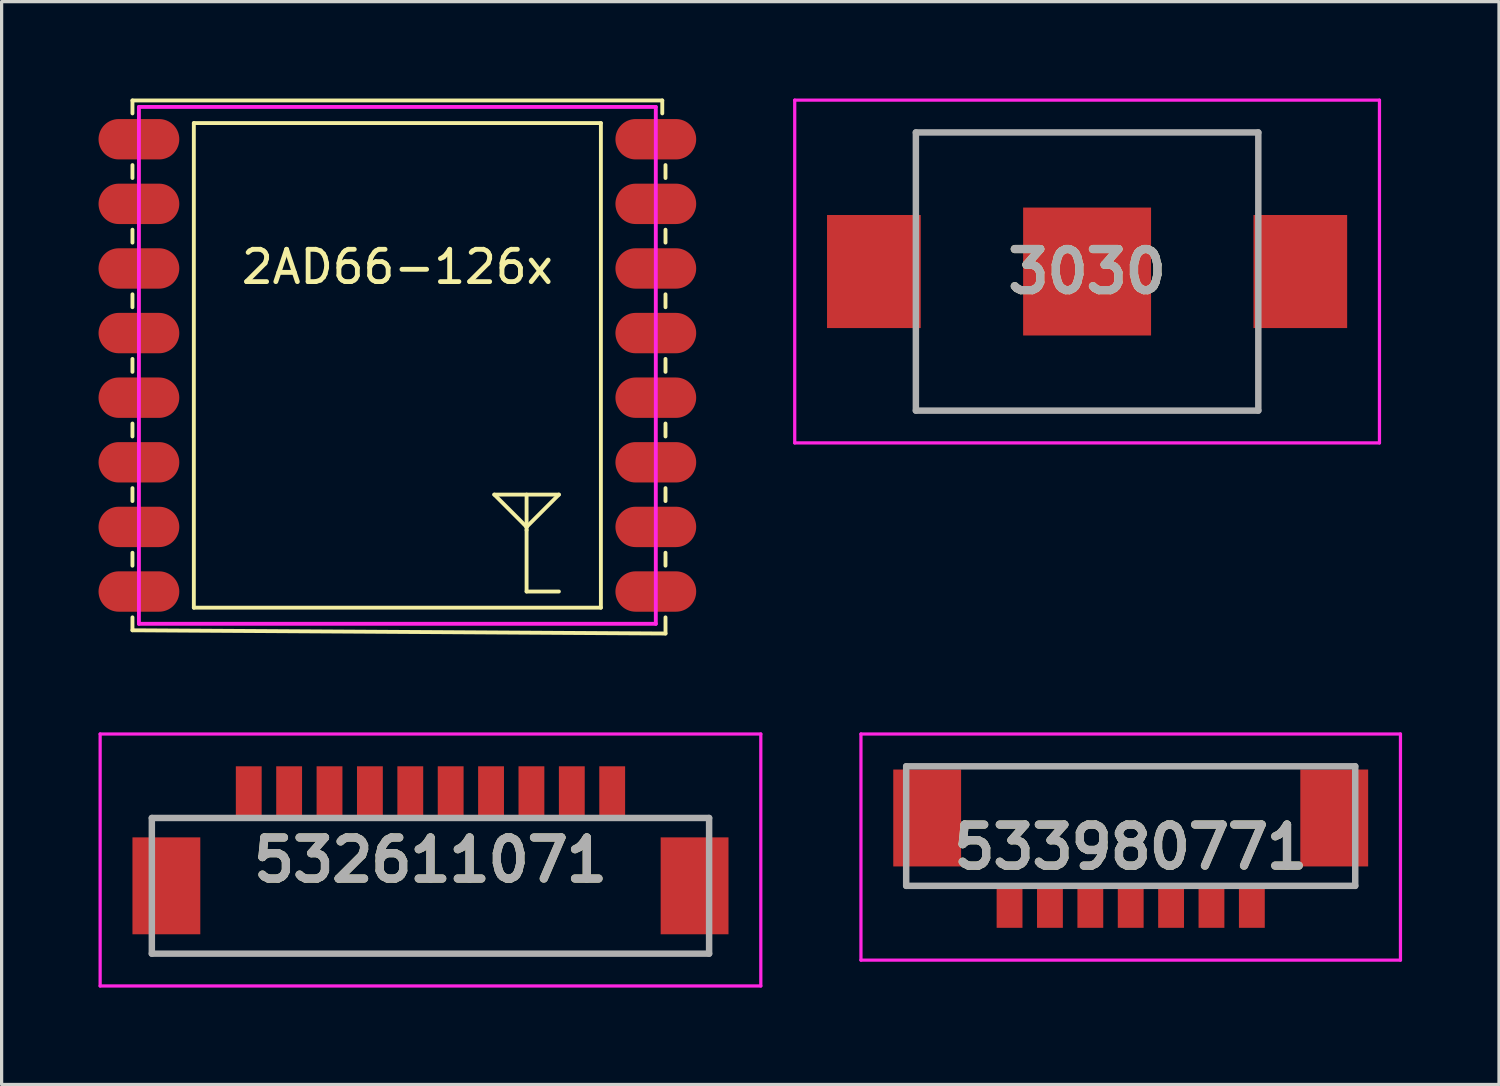
<source format=kicad_pcb>
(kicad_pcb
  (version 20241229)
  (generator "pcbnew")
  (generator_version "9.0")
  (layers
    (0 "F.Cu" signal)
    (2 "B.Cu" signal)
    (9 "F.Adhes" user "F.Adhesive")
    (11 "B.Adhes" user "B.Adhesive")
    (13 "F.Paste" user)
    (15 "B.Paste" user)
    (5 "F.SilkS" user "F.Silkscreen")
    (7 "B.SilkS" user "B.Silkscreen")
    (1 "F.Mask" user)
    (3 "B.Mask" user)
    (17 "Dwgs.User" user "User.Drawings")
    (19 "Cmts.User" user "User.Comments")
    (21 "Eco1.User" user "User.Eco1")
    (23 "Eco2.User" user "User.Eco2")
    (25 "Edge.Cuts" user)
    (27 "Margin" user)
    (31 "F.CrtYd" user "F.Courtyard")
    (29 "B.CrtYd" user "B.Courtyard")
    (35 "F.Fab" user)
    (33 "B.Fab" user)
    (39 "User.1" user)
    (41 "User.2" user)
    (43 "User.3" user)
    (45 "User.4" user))
  (footprint "3030"
    (layer "F.Cu")
    (at 30.6 5.355)
    (property "Reference" "3030" (at 0 0 180) (layer "F.SilkS") (effects (font (size 1.27 1.27) (thickness 0.254))))
    (attr smd)
    (fp_line (start -5.3 -4.305) (end 5.08 -4.305) (stroke (width 0.1) (type solid)) (layer "F.SilkS"))
    (fp_line (start -5.08 4.305) (end 5.08 4.305) (stroke (width 0.1) (type solid)) (layer "F.SilkS"))
    (fp_line (start -9.05 -5.305) (end 9.05 -5.305) (stroke (width 0.1) (type solid)) (layer "F.CrtYd"))
    (fp_line (start -9.05 5.305) (end -9.05 -5.305) (stroke (width 0.1) (type solid)) (layer "F.CrtYd"))
    (fp_line (start 9.05 -5.305) (end 9.05 5.305) (stroke (width 0.1) (type solid)) (layer "F.CrtYd"))
    (fp_line (start 9.05 5.305) (end -9.05 5.305) (stroke (width 0.1) (type solid)) (layer "F.CrtYd"))
    (fp_line (start -5.3 -4.305) (end 5.3 -4.305) (stroke (width 0.2) (type solid)) (layer "F.Fab"))
    (fp_line (start -5.3 4.305) (end -5.3 -4.305) (stroke (width 0.2) (type solid)) (layer "F.Fab"))
    (fp_line (start 5.3 -4.305) (end 5.3 4.305) (stroke (width 0.2) (type solid)) (layer "F.Fab"))
    (fp_line (start 5.3 4.305) (end -5.3 4.305) (stroke (width 0.2) (type solid)) (layer "F.Fab"))
    (fp_text user "${REFERENCE}" (at 0 0 180) (layer "F.Fab") (effects (font (size 1.27 1.27) (thickness 0.254))))
    (pad "1" smd rect (at -6.6 0) (size 2.9 3.5) (layers "F.Cu" "F.Mask" "F.Paste"))
    (pad "2" smd rect (at 0 0 90) (size 3.96 3.96) (layers "F.Cu" "F.Mask" "F.Paste"))
    (pad "3" smd rect (at 6.6 0) (size 2.9 3.5) (layers "F.Cu" "F.Mask" "F.Paste")))
  (footprint "2AD66-126x"
    (layer "F.Cu")
    (at 9.25 8.26)
    (property "Reference" "2AD66-126x" (at 0 -3.048 0) (layer "F.SilkS") (effects (font (size 1 1) (thickness 0.15))))
    (attr through_hole)
    (fp_line (start -8.2 -8.2) (end 8.2 -8.2) (stroke (width 0.12) (type solid)) (layer "F.SilkS"))
    (fp_line (start -8.2 -7.8) (end -8.2 -8.2) (stroke (width 0.12) (type solid)) (layer "F.SilkS"))
    (fp_line (start -8.2 -6.2) (end -8.2 -5.8) (stroke (width 0.12) (type solid)) (layer "F.SilkS"))
    (fp_line (start -8.2 -4.2) (end -8.2 -3.8) (stroke (width 0.12) (type solid)) (layer "F.SilkS"))
    (fp_line (start -8.2 -2.2) (end -8.2 -1.8) (stroke (width 0.12) (type solid)) (layer "F.SilkS"))
    (fp_line (start -8.2 -0.2) (end -8.2 0.2) (stroke (width 0.12) (type solid)) (layer "F.SilkS"))
    (fp_line (start -8.2 1.8) (end -8.2 2.2) (stroke (width 0.12) (type solid)) (layer "F.SilkS"))
    (fp_line (start -8.2 3.8) (end -8.2 4.2) (stroke (width 0.12) (type solid)) (layer "F.SilkS"))
    (fp_line (start -8.2 5.8) (end -8.2 6.2) (stroke (width 0.12) (type solid)) (layer "F.SilkS"))
    (fp_line (start -8.2 7.8) (end -8.2 8.2) (stroke (width 0.12) (type solid)) (layer "F.SilkS"))
    (fp_line (start -8.2 8.2) (end 8.3 8.3) (stroke (width 0.12) (type solid)) (layer "F.SilkS"))
    (fp_line (start -6.3 -7.5) (end -6.3 7.5) (stroke (width 0.12) (type solid)) (layer "F.SilkS"))
    (fp_line (start -6.3 7.5) (end 6.3 7.5) (stroke (width 0.12) (type solid)) (layer "F.SilkS"))
    (fp_line (start 3 4) (end 4 5) (stroke (width 0.12) (type solid)) (layer "F.SilkS"))
    (fp_line (start 4 5) (end 4 4) (stroke (width 0.12) (type solid)) (layer "F.SilkS"))
    (fp_line (start 4 5) (end 5 4) (stroke (width 0.12) (type solid)) (layer "F.SilkS"))
    (fp_line (start 4 5.1) (end 4 5) (stroke (width 0.12) (type solid)) (layer "F.SilkS"))
    (fp_line (start 4 7) (end 4 5.1) (stroke (width 0.12) (type solid)) (layer "F.SilkS"))
    (fp_line (start 4 7) (end 5 7) (stroke (width 0.12) (type solid)) (layer "F.SilkS"))
    (fp_line (start 5 4) (end 3 4) (stroke (width 0.12) (type solid)) (layer "F.SilkS"))
    (fp_line (start 6.3 -7.5) (end -6.3 -7.5) (stroke (width 0.12) (type solid)) (layer "F.SilkS"))
    (fp_line (start 6.3 7.5) (end 6.3 -7.5) (stroke (width 0.12) (type solid)) (layer "F.SilkS"))
    (fp_line (start 8.2 -8.2) (end 8.2 -7.8) (stroke (width 0.12) (type solid)) (layer "F.SilkS"))
    (fp_line (start 8.3 -5.8) (end 8.3 -6.2) (stroke (width 0.12) (type solid)) (layer "F.SilkS"))
    (fp_line (start 8.3 -3.8) (end 8.3 -4.2) (stroke (width 0.12) (type solid)) (layer "F.SilkS"))
    (fp_line (start 8.3 -1.8) (end 8.3 -2.2) (stroke (width 0.12) (type solid)) (layer "F.SilkS"))
    (fp_line (start 8.3 0.2) (end 8.3 -0.2) (stroke (width 0.12) (type solid)) (layer "F.SilkS"))
    (fp_line (start 8.3 2.2) (end 8.3 1.8) (stroke (width 0.12) (type solid)) (layer "F.SilkS"))
    (fp_line (start 8.3 4.2) (end 8.3 3.8) (stroke (width 0.12) (type solid)) (layer "F.SilkS"))
    (fp_line (start 8.3 6.2) (end 8.3 5.8) (stroke (width 0.12) (type solid)) (layer "F.SilkS"))
    (fp_line (start 8.3 8.3) (end 8.3 7.8) (stroke (width 0.12) (type solid)) (layer "F.SilkS"))
    (fp_line (start -8 -8) (end 8 -8) (stroke (width 0.12) (type solid)) (layer "F.CrtYd"))
    (fp_line (start -8 8) (end -8 -8) (stroke (width 0.12) (type solid)) (layer "F.CrtYd"))
    (fp_line (start 8 -8) (end 8 8) (stroke (width 0.12) (type solid)) (layer "F.CrtYd"))
    (fp_line (start 8 8) (end -8 8) (stroke (width 0.12) (type solid)) (layer "F.CrtYd"))
    (pad "1" smd oval (at -8 -7) (size 2.5 1.25) (layers "F.Cu" "F.Mask" "F.Paste"))
    (pad "2" smd oval (at -8 -5) (size 2.5 1.25) (layers "F.Cu" "F.Mask" "F.Paste"))
    (pad "3" smd oval (at -8 -3) (size 2.5 1.25) (layers "F.Cu" "F.Mask" "F.Paste"))
    (pad "4" smd oval (at -8 -1) (size 2.5 1.25) (layers "F.Cu" "F.Mask" "F.Paste"))
    (pad "5" smd oval (at -8 1) (size 2.5 1.25) (layers "F.Cu" "F.Mask" "F.Paste"))
    (pad "6" smd oval (at -8 3) (size 2.5 1.25) (layers "F.Cu" "F.Mask" "F.Paste"))
    (pad "7" smd oval (at -8 5) (size 2.5 1.25) (layers "F.Cu" "F.Mask" "F.Paste"))
    (pad "8" smd oval (at -8 7) (size 2.5 1.25) (layers "F.Cu" "F.Mask" "F.Paste"))
    (pad "9" smd oval (at 8 7) (size 2.5 1.25) (layers "F.Cu" "F.Mask" "F.Paste"))
    (pad "10" smd oval (at 8 5) (size 2.5 1.25) (layers "F.Cu" "F.Mask" "F.Paste"))
    (pad "11" smd oval (at 8 3) (size 2.5 1.25) (layers "F.Cu" "F.Mask" "F.Paste"))
    (pad "12" smd oval (at 8 1) (size 2.5 1.25) (layers "F.Cu" "F.Mask" "F.Paste"))
    (pad "13" smd oval (at 8 -1) (size 2.5 1.25) (layers "F.Cu" "F.Mask" "F.Paste"))
    (pad "14" smd oval (at 8 -3) (size 2.5 1.25) (layers "F.Cu" "F.Mask" "F.Paste"))
    (pad "15" smd oval (at 8 -5) (size 2.5 1.25) (layers "F.Cu" "F.Mask" "F.Paste"))
    (pad "16" smd oval (at 8 -7) (size 2.5 1.25) (layers "F.Cu" "F.Mask" "F.Paste")))
  (footprint "532611071"
    (layer "F.Cu")
    (at 10.275 23.57)
    (property "Reference" "532611071" (at 0 0 0) (layer "F.SilkS") (effects (font (size 1.27 1.27) (thickness 0.254))))
    (attr smd)
    (fp_line (start -8.625 2.9) (end 8.625 2.9) (stroke (width 0.1) (type solid)) (layer "F.SilkS"))
    (fp_line (start -6.5 -1.3) (end -8.625 -1.3) (stroke (width 0.1) (type solid)) (layer "F.SilkS"))
    (fp_line (start 6.5 -1.3) (end 8.625 -1.3) (stroke (width 0.1) (type solid)) (layer "F.SilkS"))
    (fp_line (start -10.225 -3.9) (end 10.225 -3.9) (stroke (width 0.1) (type solid)) (layer "F.CrtYd"))
    (fp_line (start -10.225 3.9) (end -10.225 -3.9) (stroke (width 0.1) (type solid)) (layer "F.CrtYd"))
    (fp_line (start 10.225 -3.9) (end 10.225 3.9) (stroke (width 0.1) (type solid)) (layer "F.CrtYd"))
    (fp_line (start 10.225 3.9) (end -10.225 3.9) (stroke (width 0.1) (type solid)) (layer "F.CrtYd"))
    (fp_line (start -8.625 -1.3) (end 8.625 -1.3) (stroke (width 0.2) (type solid)) (layer "F.Fab"))
    (fp_line (start -8.625 2.9) (end -8.625 -1.3) (stroke (width 0.2) (type solid)) (layer "F.Fab"))
    (fp_line (start 8.625 -1.3) (end 8.625 2.9) (stroke (width 0.2) (type solid)) (layer "F.Fab"))
    (fp_line (start 8.625 2.9) (end -8.625 2.9) (stroke (width 0.2) (type solid)) (layer "F.Fab"))
    (fp_text user "${REFERENCE}" (at 0 0 0) (layer "F.Fab") (effects (font (size 1.27 1.27) (thickness 0.254))))
    (pad "1" smd rect (at -5.625 -2.1) (size 0.8 1.6) (layers "F.Cu" "F.Mask" "F.Paste"))
    (pad "2" smd rect (at -4.375 -2.1) (size 0.8 1.6) (layers "F.Cu" "F.Mask" "F.Paste"))
    (pad "3" smd rect (at -3.125 -2.1) (size 0.8 1.6) (layers "F.Cu" "F.Mask" "F.Paste"))
    (pad "4" smd rect (at -1.875 -2.1) (size 0.8 1.6) (layers "F.Cu" "F.Mask" "F.Paste"))
    (pad "5" smd rect (at -0.625 -2.1) (size 0.8 1.6) (layers "F.Cu" "F.Mask" "F.Paste"))
    (pad "6" smd rect (at 0.625 -2.1) (size 0.8 1.6) (layers "F.Cu" "F.Mask" "F.Paste"))
    (pad "7" smd rect (at 1.875 -2.1) (size 0.8 1.6) (layers "F.Cu" "F.Mask" "F.Paste"))
    (pad "8" smd rect (at 3.125 -2.1) (size 0.8 1.6) (layers "F.Cu" "F.Mask" "F.Paste"))
    (pad "9" smd rect (at 4.375 -2.1) (size 0.8 1.6) (layers "F.Cu" "F.Mask" "F.Paste"))
    (pad "10" smd rect (at 5.625 -2.1) (size 0.8 1.6) (layers "F.Cu" "F.Mask" "F.Paste"))
    (pad "11" smd rect (at -8.175 0.8) (size 2.1 3) (layers "F.Cu" "F.Mask" "F.Paste"))
    (pad "12" smd rect (at 8.175 0.8) (size 2.1 3) (layers "F.Cu" "F.Mask" "F.Paste")))
  (footprint "533980771"
    (layer "F.Cu")
    (at 31.95 22.845)
    (property "Reference" "533980771" (at 0 0.325 180) (layer "F.SilkS") (effects (font (size 1.27 1.27) (thickness 0.254))))
    (attr smd)
    (fp_line (start -4.5 -2.175) (end 4.5 -2.175) (stroke (width 0.1) (type solid)) (layer "F.SilkS"))
    (fp_line (start -8.35 -3.175) (end 8.35 -3.175) (stroke (width 0.1) (type solid)) (layer "F.CrtYd"))
    (fp_line (start -8.35 3.825) (end -8.35 -3.175) (stroke (width 0.1) (type solid)) (layer "F.CrtYd"))
    (fp_line (start 8.35 -3.175) (end 8.35 3.825) (stroke (width 0.1) (type solid)) (layer "F.CrtYd"))
    (fp_line (start 8.35 3.825) (end -8.35 3.825) (stroke (width 0.1) (type solid)) (layer "F.CrtYd"))
    (fp_line (start -6.95 -2.175) (end 6.95 -2.175) (stroke (width 0.2) (type solid)) (layer "F.Fab"))
    (fp_line (start -6.95 1.525) (end -6.95 -2.175) (stroke (width 0.2) (type solid)) (layer "F.Fab"))
    (fp_line (start 6.95 -2.175) (end 6.95 1.525) (stroke (width 0.2) (type solid)) (layer "F.Fab"))
    (fp_line (start 6.95 1.525) (end -6.95 1.525) (stroke (width 0.2) (type solid)) (layer "F.Fab"))
    (fp_text user "${REFERENCE}" (at 0 0.325 180) (layer "F.Fab") (effects (font (size 1.27 1.27) (thickness 0.254))))
    (pad "1" smd rect (at 3.75 2.175) (size 0.8 1.3) (layers "F.Cu" "F.Mask" "F.Paste"))
    (pad "2" smd rect (at 2.5 2.175) (size 0.8 1.3) (layers "F.Cu" "F.Mask" "F.Paste"))
    (pad "3" smd rect (at 1.25 2.175) (size 0.8 1.3) (layers "F.Cu" "F.Mask" "F.Paste"))
    (pad "4" smd rect (at 0 2.175) (size 0.8 1.3) (layers "F.Cu" "F.Mask" "F.Paste"))
    (pad "5" smd rect (at -1.25 2.175) (size 0.8 1.3) (layers "F.Cu" "F.Mask" "F.Paste"))
    (pad "6" smd rect (at -2.5 2.175) (size 0.8 1.3) (layers "F.Cu" "F.Mask" "F.Paste"))
    (pad "7" smd rect (at -3.75 2.175) (size 0.8 1.3) (layers "F.Cu" "F.Mask" "F.Paste"))
    (pad "8" smd rect (at -6.3 -0.575) (size 2.1 3) (layers "F.Cu" "F.Mask" "F.Paste"))
    (pad "9" smd rect (at 6.3 -0.575) (size 2.1 3) (layers "F.Cu" "F.Mask" "F.Paste")))
  (gr_rect
    (start -3 -3)
    (end 43.35 30.52)
    (stroke (width 0.1) (type default))
    (fill no)
    (layer "Edge.Cuts")))
</source>
